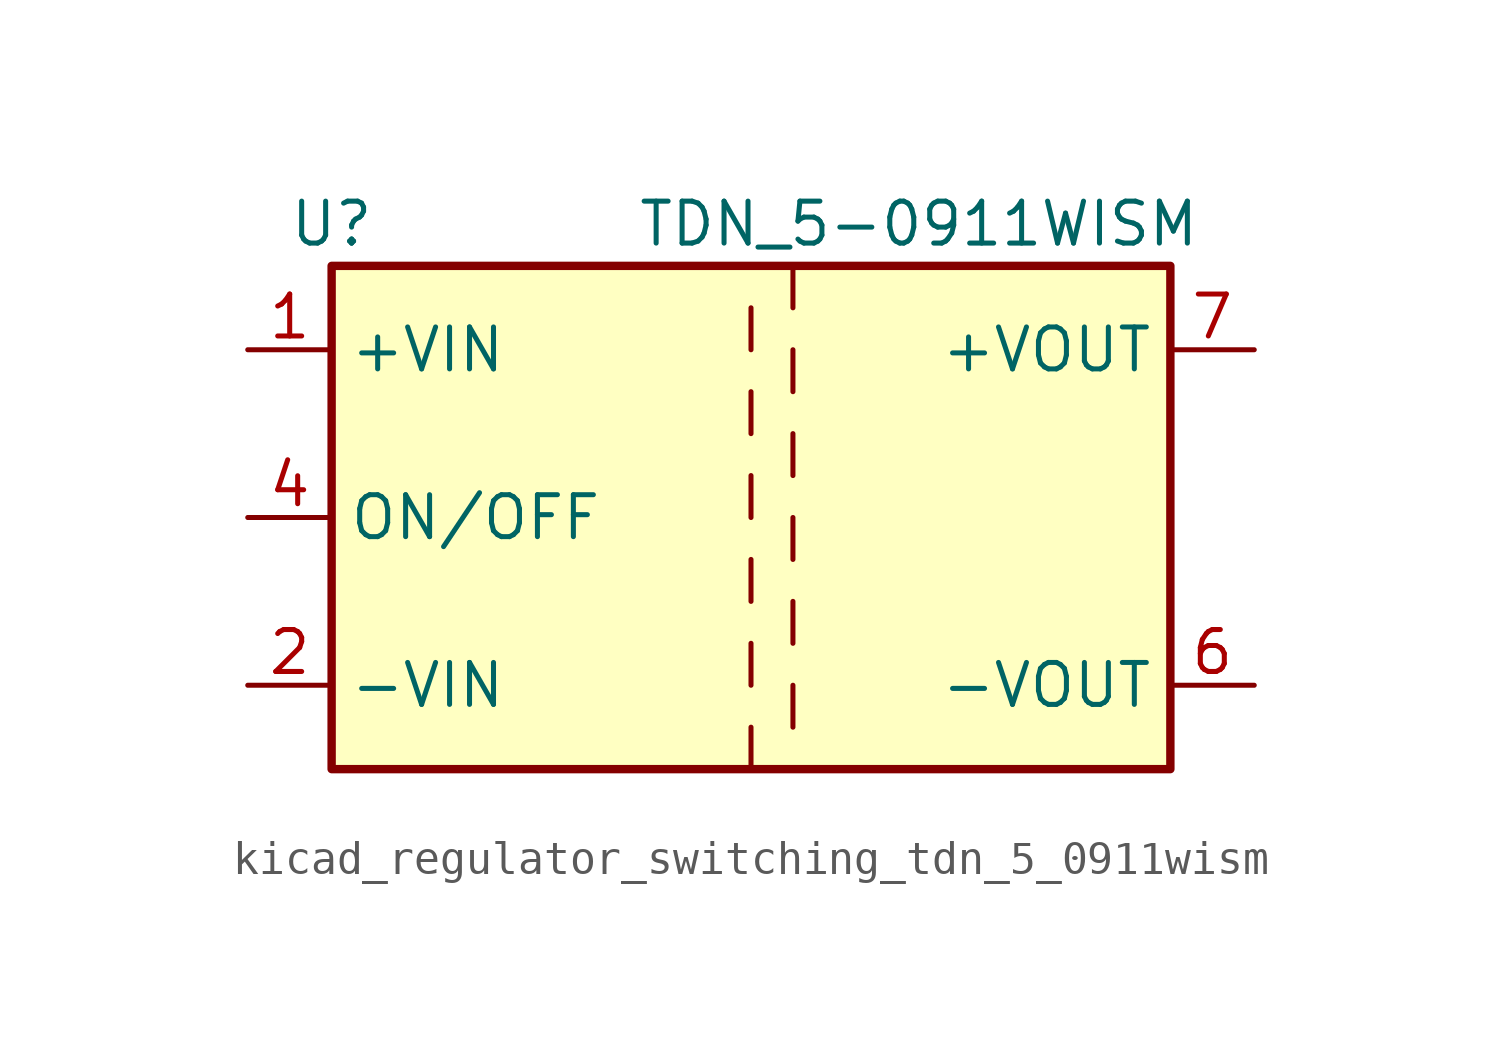
<source format=kicad_sym>
(kicad_symbol_lib
  (version 20220914)
  (generator kicad_symbol_editor)
  (symbol "kicad_regulator_switching_tdn_5_0911wism"
    (property "Reference" "U"
      (at -12.7 8.89 0)
      (effects (font (size 1.27 1.27))))
    (property "Value" "TDN_5-0911WISM"
      (at 5.08 8.89 0)
      (effects (font (size 1.27 1.27))))
    (symbol "kicad_regulator_switching_tdn_5_0911wism_0_1"
      (rectangle (start -12.7 7.62) (end 12.7 -7.62) (stroke (width 0.254) (type default)) (fill (type background))))
    (symbol "kicad_regulator_switching_tdn_5_0911wism_1_1"
      (polyline (pts (xy 0 -6.35) (xy 0 -7.62)) (stroke (width 0) (type default)) (fill (type none)))
      (polyline (pts (xy 0 -3.81) (xy 0 -5.08)) (stroke (width 0) (type default)) (fill (type none)))
      (polyline (pts (xy 0 -1.27) (xy 0 -2.54)) (stroke (width 0) (type default)) (fill (type none)))
      (polyline (pts (xy 0 1.27) (xy 0 0)) (stroke (width 0) (type default)) (fill (type none)))
      (polyline (pts (xy 0 3.81) (xy 0 2.54)) (stroke (width 0) (type default)) (fill (type none)))
      (polyline (pts (xy 0 6.35) (xy 0 5.08)) (stroke (width 0) (type default)) (fill (type none)))
      (polyline (pts (xy 1.27 -5.08) (xy 1.27 -6.35)) (stroke (width 0) (type default)) (fill (type none)))
      (polyline (pts (xy 1.27 -2.54) (xy 1.27 -3.81)) (stroke (width 0) (type default)) (fill (type none)))
      (polyline (pts (xy 1.27 0) (xy 1.27 -1.27)) (stroke (width 0) (type default)) (fill (type none)))
      (polyline (pts (xy 1.27 2.54) (xy 1.27 1.27)) (stroke (width 0) (type default)) (fill (type none)))
      (polyline (pts (xy 1.27 5.08) (xy 1.27 3.81)) (stroke (width 0) (type default)) (fill (type none)))
      (polyline (pts (xy 1.27 7.62) (xy 1.27 6.35)) (stroke (width 0) (type default)) (fill (type none)))
      (pin power_in line (at -15.24 5.08 0) (length 2.54) (name "+VIN" (effects (font (size 1.27 1.27)))) (number "1" (effects (font (size 1.27 1.27)))))
      (pin power_in line (at -15.24 -5.08 0) (length 2.54) (name "-VIN" (effects (font (size 1.27 1.27)))) (number "2" (effects (font (size 1.27 1.27)))))
      (pin input line (at -15.24 0 0) (length 2.54) (name "ON/OFF" (effects (font (size 1.27 1.27)))) (number "4" (effects (font (size 1.27 1.27)))))
      (pin no_connect line (at 12.7 2.54 180) (length 2.54) hide (name "NC" (effects (font (size 1.27 1.27)))) (number "5" (effects (font (size 1.27 1.27)))))
      (pin power_out line (at 15.24 -5.08 180) (length 2.54) (name "-VOUT" (effects (font (size 1.27 1.27)))) (number "6" (effects (font (size 1.27 1.27)))))
      (pin power_out line (at 15.24 5.08 180) (length 2.54) (name "+VOUT" (effects (font (size 1.27 1.27)))) (number "7" (effects (font (size 1.27 1.27))))))))
</source>
